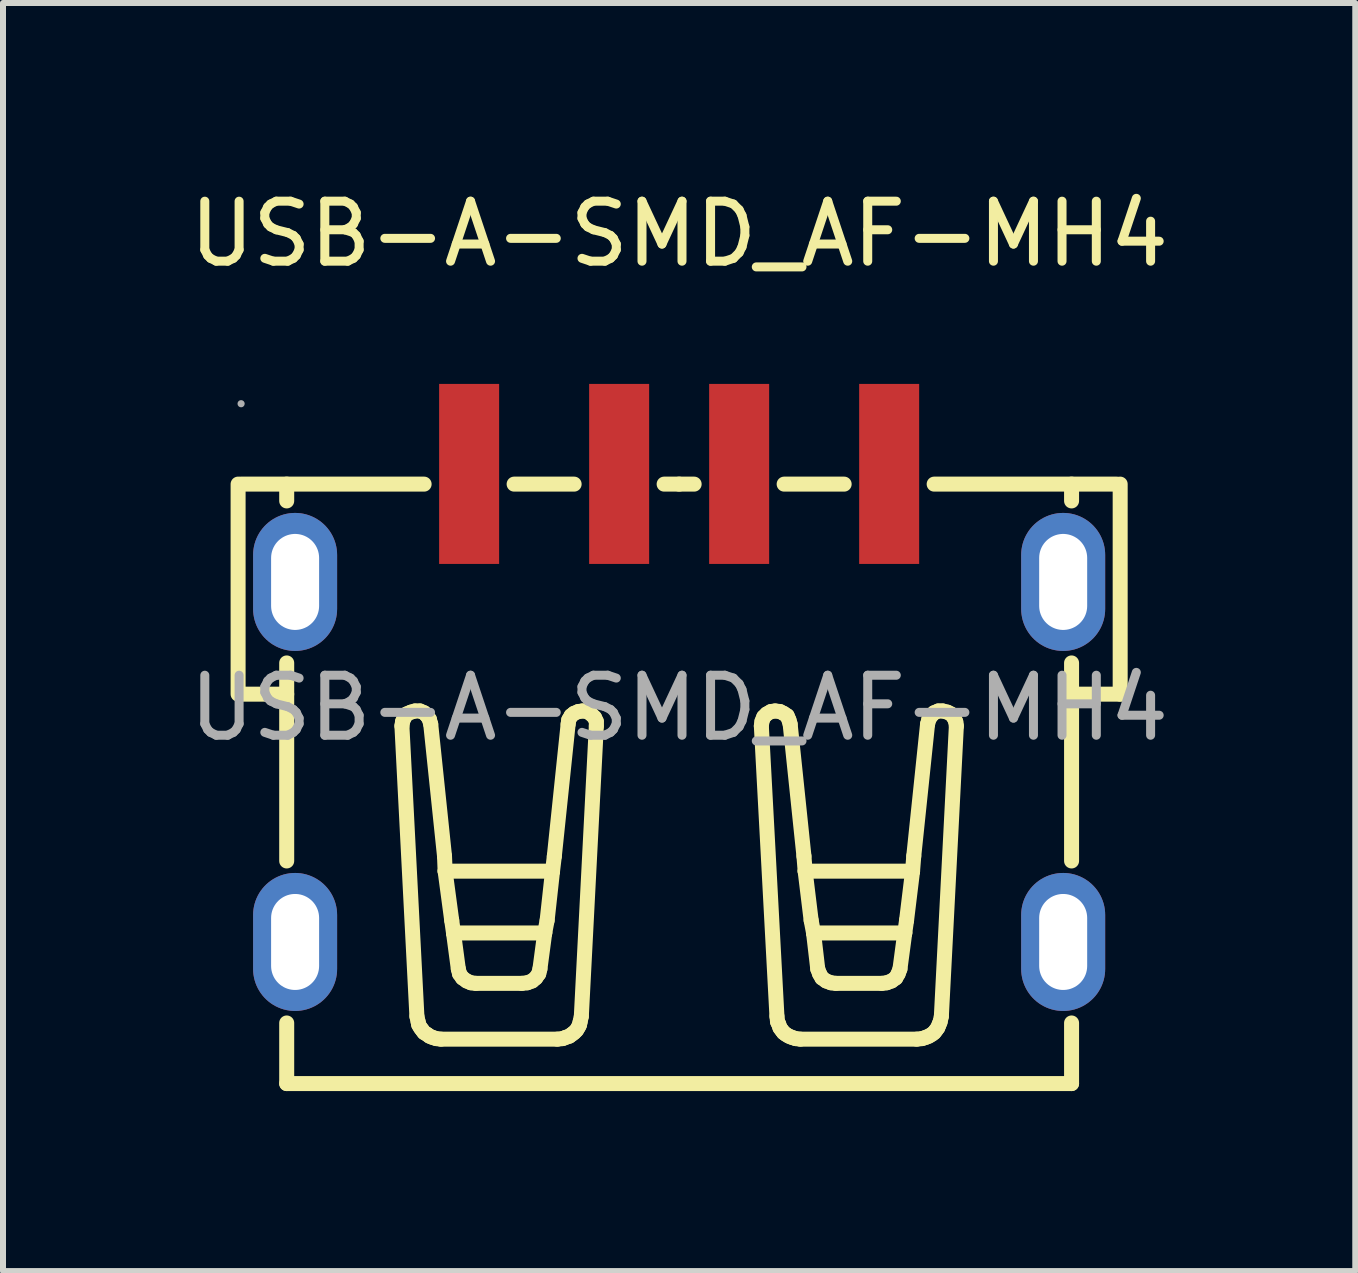
<source format=kicad_pcb>
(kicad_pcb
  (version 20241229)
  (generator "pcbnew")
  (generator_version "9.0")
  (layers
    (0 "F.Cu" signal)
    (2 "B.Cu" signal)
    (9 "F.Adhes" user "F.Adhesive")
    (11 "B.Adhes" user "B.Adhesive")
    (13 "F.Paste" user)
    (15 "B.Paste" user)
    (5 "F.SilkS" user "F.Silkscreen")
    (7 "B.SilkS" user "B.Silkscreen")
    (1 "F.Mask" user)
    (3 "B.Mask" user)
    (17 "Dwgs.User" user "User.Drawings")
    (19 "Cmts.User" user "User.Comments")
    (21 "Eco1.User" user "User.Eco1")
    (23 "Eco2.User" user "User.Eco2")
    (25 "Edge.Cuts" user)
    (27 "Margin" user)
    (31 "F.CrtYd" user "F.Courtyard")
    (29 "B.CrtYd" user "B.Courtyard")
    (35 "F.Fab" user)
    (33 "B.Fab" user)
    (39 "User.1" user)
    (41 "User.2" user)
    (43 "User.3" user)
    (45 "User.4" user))
  (footprint "USB-A-SMD_AF-MH4"
    (layer "F.Cu")
    (at 8.268 8.748)
    (property "Reference" "USB-A-SMD_AF-MH4" (at 0 -7.9 0) (layer "F.SilkS") (effects (font (size 1 1) (thickness 0.15))))
    (attr through_hole)
    (fp_line (start -7.35 -3.73) (end -7.35 -0.23) (stroke (width 0.25) (type solid)) (layer "F.SilkS"))
    (fp_line (start -6.54 -3.45) (end -6.54 -3.73) (stroke (width 0.25) (type solid)) (layer "F.SilkS"))
    (fp_line (start -6.54 -0.23) (end -7.3 -0.23) (stroke (width 0.25) (type solid)) (layer "F.SilkS"))
    (fp_line (start -6.54 2.55) (end -6.54 -0.75) (stroke (width 0.25) (type solid)) (layer "F.SilkS"))
    (fp_line (start -6.54 6.26) (end -6.54 5.25) (stroke (width 0.25) (type solid)) (layer "F.SilkS"))
    (fp_line (start -4.62 0.3) (end -4.61 0.23) (stroke (width 0.25) (type solid)) (layer "F.SilkS"))
    (fp_line (start -4.61 0.23) (end -4.58 0.16) (stroke (width 0.25) (type solid)) (layer "F.SilkS"))
    (fp_line (start -4.58 0.16) (end -4.54 0.1) (stroke (width 0.25) (type solid)) (layer "F.SilkS"))
    (fp_line (start -4.54 0.1) (end -4.47 0.07) (stroke (width 0.25) (type solid)) (layer "F.SilkS"))
    (fp_line (start -4.47 0.07) (end -4.4 0.05) (stroke (width 0.25) (type solid)) (layer "F.SilkS"))
    (fp_line (start -4.4 0.05) (end -4.32 0.05) (stroke (width 0.25) (type solid)) (layer "F.SilkS"))
    (fp_line (start -4.37 5.14) (end -4.62 0.3) (stroke (width 0.25) (type solid)) (layer "F.SilkS"))
    (fp_line (start -4.35 5.23) (end -4.37 5.14) (stroke (width 0.25) (type solid)) (layer "F.SilkS"))
    (fp_line (start -4.34 5.28) (end -4.35 5.23) (stroke (width 0.25) (type solid)) (layer "F.SilkS"))
    (fp_line (start -4.32 0.05) (end -4.25 0.08) (stroke (width 0.25) (type solid)) (layer "F.SilkS"))
    (fp_line (start -4.31 5.33) (end -4.34 5.28) (stroke (width 0.25) (type solid)) (layer "F.SilkS"))
    (fp_line (start -4.28 5.37) (end -4.31 5.33) (stroke (width 0.25) (type solid)) (layer "F.SilkS"))
    (fp_line (start -4.25 -3.73) (end -7.3 -3.73) (stroke (width 0.25) (type solid)) (layer "F.SilkS"))
    (fp_line (start -4.25 0.08) (end -4.2 0.13) (stroke (width 0.25) (type solid)) (layer "F.SilkS"))
    (fp_line (start -4.25 5.41) (end -4.28 5.37) (stroke (width 0.25) (type solid)) (layer "F.SilkS"))
    (fp_line (start -4.2 0.13) (end -4.16 0.19) (stroke (width 0.25) (type solid)) (layer "F.SilkS"))
    (fp_line (start -4.2 5.44) (end -4.25 5.41) (stroke (width 0.25) (type solid)) (layer "F.SilkS"))
    (fp_line (start -4.16 0.2) (end -4.14 0.27) (stroke (width 0.25) (type solid)) (layer "F.SilkS"))
    (fp_line (start -4.16 5.47) (end -4.2 5.44) (stroke (width 0.25) (type solid)) (layer "F.SilkS"))
    (fp_line (start -4.14 0.27) (end -3.91 2.47) (stroke (width 0.25) (type solid)) (layer "F.SilkS"))
    (fp_line (start -4.11 5.49) (end -4.16 5.47) (stroke (width 0.25) (type solid)) (layer "F.SilkS"))
    (fp_line (start -4.05 5.51) (end -4.11 5.49) (stroke (width 0.25) (type solid)) (layer "F.SilkS"))
    (fp_line (start -3.97 5.52) (end -4.05 5.51) (stroke (width 0.25) (type solid)) (layer "F.SilkS"))
    (fp_line (start -3.91 2.47) (end -3.9 2.72) (stroke (width 0.25) (type solid)) (layer "F.SilkS"))
    (fp_line (start -3.9 2.72) (end -3.79 3.54) (stroke (width 0.25) (type solid)) (layer "F.SilkS"))
    (fp_line (start -3.79 3.54) (end -3.76 3.75) (stroke (width 0.25) (type solid)) (layer "F.SilkS"))
    (fp_line (start -3.76 3.75) (end -3.68 4.35) (stroke (width 0.25) (type solid)) (layer "F.SilkS"))
    (fp_line (start -3.76 3.75) (end -2.24 3.75) (stroke (width 0.25) (type solid)) (layer "F.SilkS"))
    (fp_line (start -3.66 4.43) (end -3.68 4.35) (stroke (width 0.25) (type solid)) (layer "F.SilkS"))
    (fp_line (start -3.61 4.5) (end -3.66 4.43) (stroke (width 0.25) (type solid)) (layer "F.SilkS"))
    (fp_line (start -3.54 4.55) (end -3.61 4.5) (stroke (width 0.25) (type solid)) (layer "F.SilkS"))
    (fp_line (start -3.47 4.58) (end -3.54 4.55) (stroke (width 0.25) (type solid)) (layer "F.SilkS"))
    (fp_line (start -3.39 4.59) (end -3.47 4.58) (stroke (width 0.25) (type solid)) (layer "F.SilkS"))
    (fp_line (start -2.62 4.59) (end -3.39 4.59) (stroke (width 0.25) (type solid)) (layer "F.SilkS"))
    (fp_line (start -2.53 4.58) (end -2.62 4.59) (stroke (width 0.25) (type solid)) (layer "F.SilkS"))
    (fp_line (start -2.45 4.55) (end -2.53 4.58) (stroke (width 0.25) (type solid)) (layer "F.SilkS"))
    (fp_line (start -2.39 4.5) (end -2.45 4.55) (stroke (width 0.25) (type solid)) (layer "F.SilkS"))
    (fp_line (start -2.34 4.43) (end -2.39 4.5) (stroke (width 0.25) (type solid)) (layer "F.SilkS"))
    (fp_line (start -2.32 4.35) (end -2.34 4.43) (stroke (width 0.25) (type solid)) (layer "F.SilkS"))
    (fp_line (start -2.24 3.75) (end -2.32 4.35) (stroke (width 0.25) (type solid)) (layer "F.SilkS"))
    (fp_line (start -2.24 3.75) (end -2.2 3.54) (stroke (width 0.25) (type solid)) (layer "F.SilkS"))
    (fp_line (start -2.11 2.72) (end -3.9 2.72) (stroke (width 0.25) (type solid)) (layer "F.SilkS"))
    (fp_line (start -2.11 2.72) (end -2.2 3.54) (stroke (width 0.25) (type solid)) (layer "F.SilkS"))
    (fp_line (start -2.11 2.72) (end -2.08 2.47) (stroke (width 0.25) (type solid)) (layer "F.SilkS"))
    (fp_line (start -2.08 2.47) (end -1.85 0.27) (stroke (width 0.25) (type solid)) (layer "F.SilkS"))
    (fp_line (start -2.03 5.52) (end -3.97 5.52) (stroke (width 0.25) (type solid)) (layer "F.SilkS"))
    (fp_line (start -1.94 5.51) (end -2.03 5.52) (stroke (width 0.25) (type solid)) (layer "F.SilkS"))
    (fp_line (start -1.89 5.49) (end -1.94 5.51) (stroke (width 0.25) (type solid)) (layer "F.SilkS"))
    (fp_line (start -1.85 0.27) (end -1.84 0.2) (stroke (width 0.25) (type solid)) (layer "F.SilkS"))
    (fp_line (start -1.84 0.2) (end -1.8 0.13) (stroke (width 0.25) (type solid)) (layer "F.SilkS"))
    (fp_line (start -1.83 5.47) (end -1.89 5.49) (stroke (width 0.25) (type solid)) (layer "F.SilkS"))
    (fp_line (start -1.8 0.13) (end -1.75 0.09) (stroke (width 0.25) (type solid)) (layer "F.SilkS"))
    (fp_line (start -1.79 5.44) (end -1.83 5.47) (stroke (width 0.25) (type solid)) (layer "F.SilkS"))
    (fp_line (start -1.75 -3.73) (end -2.75 -3.73) (stroke (width 0.25) (type solid)) (layer "F.SilkS"))
    (fp_line (start -1.75 0.09) (end -1.68 0.06) (stroke (width 0.25) (type solid)) (layer "F.SilkS"))
    (fp_line (start -1.75 5.41) (end -1.79 5.44) (stroke (width 0.25) (type solid)) (layer "F.SilkS"))
    (fp_line (start -1.71 5.37) (end -1.75 5.41) (stroke (width 0.25) (type solid)) (layer "F.SilkS"))
    (fp_line (start -1.68 0.06) (end -1.61 0.05) (stroke (width 0.25) (type solid)) (layer "F.SilkS"))
    (fp_line (start -1.68 5.32) (end -1.71 5.37) (stroke (width 0.25) (type solid)) (layer "F.SilkS"))
    (fp_line (start -1.66 5.28) (end -1.68 5.32) (stroke (width 0.25) (type solid)) (layer "F.SilkS"))
    (fp_line (start -1.65 5.23) (end -1.66 5.28) (stroke (width 0.25) (type solid)) (layer "F.SilkS"))
    (fp_line (start -1.63 5.14) (end -1.65 5.23) (stroke (width 0.25) (type solid)) (layer "F.SilkS"))
    (fp_line (start -1.61 0.05) (end -1.53 0.06) (stroke (width 0.25) (type solid)) (layer "F.SilkS"))
    (fp_line (start -1.53 0.06) (end -1.47 0.1) (stroke (width 0.25) (type solid)) (layer "F.SilkS"))
    (fp_line (start -1.47 0.1) (end -1.41 0.16) (stroke (width 0.25) (type solid)) (layer "F.SilkS"))
    (fp_line (start -1.41 0.16) (end -1.38 0.22) (stroke (width 0.25) (type solid)) (layer "F.SilkS"))
    (fp_line (start -1.38 0.23) (end -1.38 0.3) (stroke (width 0.25) (type solid)) (layer "F.SilkS"))
    (fp_line (start -1.38 0.3) (end -1.63 5.14) (stroke (width 0.25) (type solid)) (layer "F.SilkS"))
    (fp_line (start 0 -3.73) (end -0.25 -3.73) (stroke (width 0.25) (type solid)) (layer "F.SilkS"))
    (fp_line (start 0 -3.73) (end 0.25 -3.73) (stroke (width 0.25) (type solid)) (layer "F.SilkS"))
    (fp_line (start 1.37 0.3) (end 1.63 5.14) (stroke (width 0.25) (type solid)) (layer "F.SilkS"))
    (fp_line (start 1.38 0.23) (end 1.37 0.3) (stroke (width 0.25) (type solid)) (layer "F.SilkS"))
    (fp_line (start 1.41 0.15) (end 1.38 0.22) (stroke (width 0.25) (type solid)) (layer "F.SilkS"))
    (fp_line (start 1.46 0.1) (end 1.41 0.15) (stroke (width 0.25) (type solid)) (layer "F.SilkS"))
    (fp_line (start 1.53 0.06) (end 1.46 0.1) (stroke (width 0.25) (type solid)) (layer "F.SilkS"))
    (fp_line (start 1.6 0.05) (end 1.53 0.06) (stroke (width 0.25) (type solid)) (layer "F.SilkS"))
    (fp_line (start 1.63 5.14) (end 1.64 5.23) (stroke (width 0.25) (type solid)) (layer "F.SilkS"))
    (fp_line (start 1.64 5.23) (end 1.66 5.27) (stroke (width 0.25) (type solid)) (layer "F.SilkS"))
    (fp_line (start 1.66 5.27) (end 1.68 5.33) (stroke (width 0.25) (type solid)) (layer "F.SilkS"))
    (fp_line (start 1.68 0.06) (end 1.6 0.05) (stroke (width 0.25) (type solid)) (layer "F.SilkS"))
    (fp_line (start 1.68 5.33) (end 1.71 5.37) (stroke (width 0.25) (type solid)) (layer "F.SilkS"))
    (fp_line (start 1.71 5.37) (end 1.74 5.41) (stroke (width 0.25) (type solid)) (layer "F.SilkS"))
    (fp_line (start 1.74 0.09) (end 1.68 0.06) (stroke (width 0.25) (type solid)) (layer "F.SilkS"))
    (fp_line (start 1.74 5.41) (end 1.78 5.44) (stroke (width 0.25) (type solid)) (layer "F.SilkS"))
    (fp_line (start 1.75 -3.73) (end 2.75 -3.73) (stroke (width 0.25) (type solid)) (layer "F.SilkS"))
    (fp_line (start 1.78 5.44) (end 1.83 5.47) (stroke (width 0.25) (type solid)) (layer "F.SilkS"))
    (fp_line (start 1.8 0.13) (end 1.74 0.09) (stroke (width 0.25) (type solid)) (layer "F.SilkS"))
    (fp_line (start 1.83 0.2) (end 1.8 0.13) (stroke (width 0.25) (type solid)) (layer "F.SilkS"))
    (fp_line (start 1.83 5.47) (end 1.88 5.49) (stroke (width 0.25) (type solid)) (layer "F.SilkS"))
    (fp_line (start 1.85 0.27) (end 1.83 0.2) (stroke (width 0.25) (type solid)) (layer "F.SilkS"))
    (fp_line (start 1.88 5.49) (end 1.94 5.51) (stroke (width 0.25) (type solid)) (layer "F.SilkS"))
    (fp_line (start 1.94 5.51) (end 2.02 5.52) (stroke (width 0.25) (type solid)) (layer "F.SilkS"))
    (fp_line (start 2.02 5.52) (end 3.96 5.52) (stroke (width 0.25) (type solid)) (layer "F.SilkS"))
    (fp_line (start 2.08 2.47) (end 1.85 0.27) (stroke (width 0.25) (type solid)) (layer "F.SilkS"))
    (fp_line (start 2.1 2.72) (end 2.08 2.47) (stroke (width 0.25) (type solid)) (layer "F.SilkS"))
    (fp_line (start 2.1 2.72) (end 2.2 3.54) (stroke (width 0.25) (type solid)) (layer "F.SilkS"))
    (fp_line (start 2.1 2.72) (end 3.89 2.72) (stroke (width 0.25) (type solid)) (layer "F.SilkS"))
    (fp_line (start 2.24 3.75) (end 2.2 3.54) (stroke (width 0.25) (type solid)) (layer "F.SilkS"))
    (fp_line (start 2.24 3.75) (end 2.31 4.35) (stroke (width 0.25) (type solid)) (layer "F.SilkS"))
    (fp_line (start 2.31 4.35) (end 2.34 4.43) (stroke (width 0.25) (type solid)) (layer "F.SilkS"))
    (fp_line (start 2.34 4.43) (end 2.38 4.5) (stroke (width 0.25) (type solid)) (layer "F.SilkS"))
    (fp_line (start 2.38 4.5) (end 2.45 4.55) (stroke (width 0.25) (type solid)) (layer "F.SilkS"))
    (fp_line (start 2.45 4.55) (end 2.53 4.58) (stroke (width 0.25) (type solid)) (layer "F.SilkS"))
    (fp_line (start 2.53 4.58) (end 2.61 4.59) (stroke (width 0.25) (type solid)) (layer "F.SilkS"))
    (fp_line (start 2.61 4.59) (end 3.38 4.59) (stroke (width 0.25) (type solid)) (layer "F.SilkS"))
    (fp_line (start 3.38 4.59) (end 3.46 4.58) (stroke (width 0.25) (type solid)) (layer "F.SilkS"))
    (fp_line (start 3.46 4.58) (end 3.54 4.55) (stroke (width 0.25) (type solid)) (layer "F.SilkS"))
    (fp_line (start 3.54 4.55) (end 3.61 4.5) (stroke (width 0.25) (type solid)) (layer "F.SilkS"))
    (fp_line (start 3.61 4.5) (end 3.65 4.43) (stroke (width 0.25) (type solid)) (layer "F.SilkS"))
    (fp_line (start 3.65 4.43) (end 3.68 4.35) (stroke (width 0.25) (type solid)) (layer "F.SilkS"))
    (fp_line (start 3.76 3.75) (end 2.24 3.75) (stroke (width 0.25) (type solid)) (layer "F.SilkS"))
    (fp_line (start 3.76 3.75) (end 3.68 4.35) (stroke (width 0.25) (type solid)) (layer "F.SilkS"))
    (fp_line (start 3.79 3.54) (end 3.76 3.75) (stroke (width 0.25) (type solid)) (layer "F.SilkS"))
    (fp_line (start 3.89 2.72) (end 3.79 3.54) (stroke (width 0.25) (type solid)) (layer "F.SilkS"))
    (fp_line (start 3.91 2.47) (end 3.89 2.72) (stroke (width 0.25) (type solid)) (layer "F.SilkS"))
    (fp_line (start 3.96 5.52) (end 4.05 5.51) (stroke (width 0.25) (type solid)) (layer "F.SilkS"))
    (fp_line (start 4.05 5.51) (end 4.11 5.49) (stroke (width 0.25) (type solid)) (layer "F.SilkS"))
    (fp_line (start 4.11 5.49) (end 4.16 5.47) (stroke (width 0.25) (type solid)) (layer "F.SilkS"))
    (fp_line (start 4.14 0.27) (end 3.91 2.47) (stroke (width 0.25) (type solid)) (layer "F.SilkS"))
    (fp_line (start 4.16 0.2) (end 4.14 0.27) (stroke (width 0.25) (type solid)) (layer "F.SilkS"))
    (fp_line (start 4.16 5.47) (end 4.21 5.44) (stroke (width 0.25) (type solid)) (layer "F.SilkS"))
    (fp_line (start 4.2 0.13) (end 4.16 0.19) (stroke (width 0.25) (type solid)) (layer "F.SilkS"))
    (fp_line (start 4.21 5.44) (end 4.25 5.41) (stroke (width 0.25) (type solid)) (layer "F.SilkS"))
    (fp_line (start 4.25 -3.73) (end 7.29 -3.73) (stroke (width 0.25) (type solid)) (layer "F.SilkS"))
    (fp_line (start 4.25 0.08) (end 4.2 0.13) (stroke (width 0.25) (type solid)) (layer "F.SilkS"))
    (fp_line (start 4.25 5.41) (end 4.28 5.37) (stroke (width 0.25) (type solid)) (layer "F.SilkS"))
    (fp_line (start 4.28 5.37) (end 4.31 5.33) (stroke (width 0.25) (type solid)) (layer "F.SilkS"))
    (fp_line (start 4.31 5.33) (end 4.33 5.28) (stroke (width 0.25) (type solid)) (layer "F.SilkS"))
    (fp_line (start 4.32 0.05) (end 4.25 0.08) (stroke (width 0.25) (type solid)) (layer "F.SilkS"))
    (fp_line (start 4.33 5.28) (end 4.35 5.23) (stroke (width 0.25) (type solid)) (layer "F.SilkS"))
    (fp_line (start 4.35 5.23) (end 4.37 5.14) (stroke (width 0.25) (type solid)) (layer "F.SilkS"))
    (fp_line (start 4.37 5.14) (end 4.62 0.3) (stroke (width 0.25) (type solid)) (layer "F.SilkS"))
    (fp_line (start 4.39 0.05) (end 4.32 0.05) (stroke (width 0.25) (type solid)) (layer "F.SilkS"))
    (fp_line (start 4.47 0.07) (end 4.39 0.05) (stroke (width 0.25) (type solid)) (layer "F.SilkS"))
    (fp_line (start 4.53 0.1) (end 4.47 0.07) (stroke (width 0.25) (type solid)) (layer "F.SilkS"))
    (fp_line (start 4.58 0.16) (end 4.53 0.1) (stroke (width 0.25) (type solid)) (layer "F.SilkS"))
    (fp_line (start 4.61 0.23) (end 4.58 0.16) (stroke (width 0.25) (type solid)) (layer "F.SilkS"))
    (fp_line (start 4.62 0.3) (end 4.61 0.23) (stroke (width 0.25) (type solid)) (layer "F.SilkS"))
    (fp_line (start 6.54 -3.45) (end 6.54 -3.73) (stroke (width 0.25) (type solid)) (layer "F.SilkS"))
    (fp_line (start 6.54 2.55) (end 6.54 -0.75) (stroke (width 0.25) (type solid)) (layer "F.SilkS"))
    (fp_line (start 6.54 6.26) (end -6.54 6.26) (stroke (width 0.25) (type solid)) (layer "F.SilkS"))
    (fp_line (start 6.54 6.26) (end 6.54 5.25) (stroke (width 0.25) (type solid)) (layer "F.SilkS"))
    (fp_line (start 7.35 -3.73) (end 7.35 -0.23) (stroke (width 0.25) (type solid)) (layer "F.SilkS"))
    (fp_line (start 7.35 -0.23) (end 6.54 -0.23) (stroke (width 0.25) (type solid)) (layer "F.SilkS"))
    (fp_circle (center -7.3 -5.07) (end -7.27 -5.07) (stroke (width 0.06) (type solid)) (fill no) (layer "F.Fab"))
    (fp_text user "${REFERENCE}" (at 0 0 0) (layer "F.Fab") (effects (font (size 1 1) (thickness 0.15))))
    (pad "1" smd rect (at -3.5 -3.9 180) (size 1 3) (layers "F.Cu" "F.Mask" "F.Paste"))
    (pad "2" smd rect (at -1 -3.9 180) (size 1 3) (layers "F.Cu" "F.Mask" "F.Paste"))
    (pad "3" smd rect (at 1 -3.9 180) (size 1 3) (layers "F.Cu" "F.Mask" "F.Paste"))
    (pad "4" smd rect (at 3.5 -3.9 180) (size 1 3) (layers "F.Cu" "F.Mask" "F.Paste"))
    (pad "SH1" thru_hole oval (at 6.4 -2.1 90) (size 2.3 1.4) (drill oval 1.6 0.8) (layers "*.Cu" "*.Paste" "*.Mask"))
    (pad "SH2" thru_hole oval (at 6.4 3.9 90) (size 2.3 1.4) (drill oval 1.6 0.8) (layers "*.Cu" "*.Paste" "*.Mask"))
    (pad "SH3" thru_hole oval (at -6.4 -2.1 270) (size 2.3 1.4) (drill oval 1.6 0.8) (layers "*.Cu" "*.Paste" "*.Mask"))
    (pad "SH4" thru_hole oval (at -6.4 3.9 270) (size 2.3 1.4) (drill oval 1.6 0.8) (layers "*.Cu" "*.Paste" "*.Mask")))
  (gr_rect
    (start -3 -3)
    (end 19.536 18.133)
    (stroke (width 0.1) (type default))
    (fill no)
    (layer "Edge.Cuts")))
</source>
